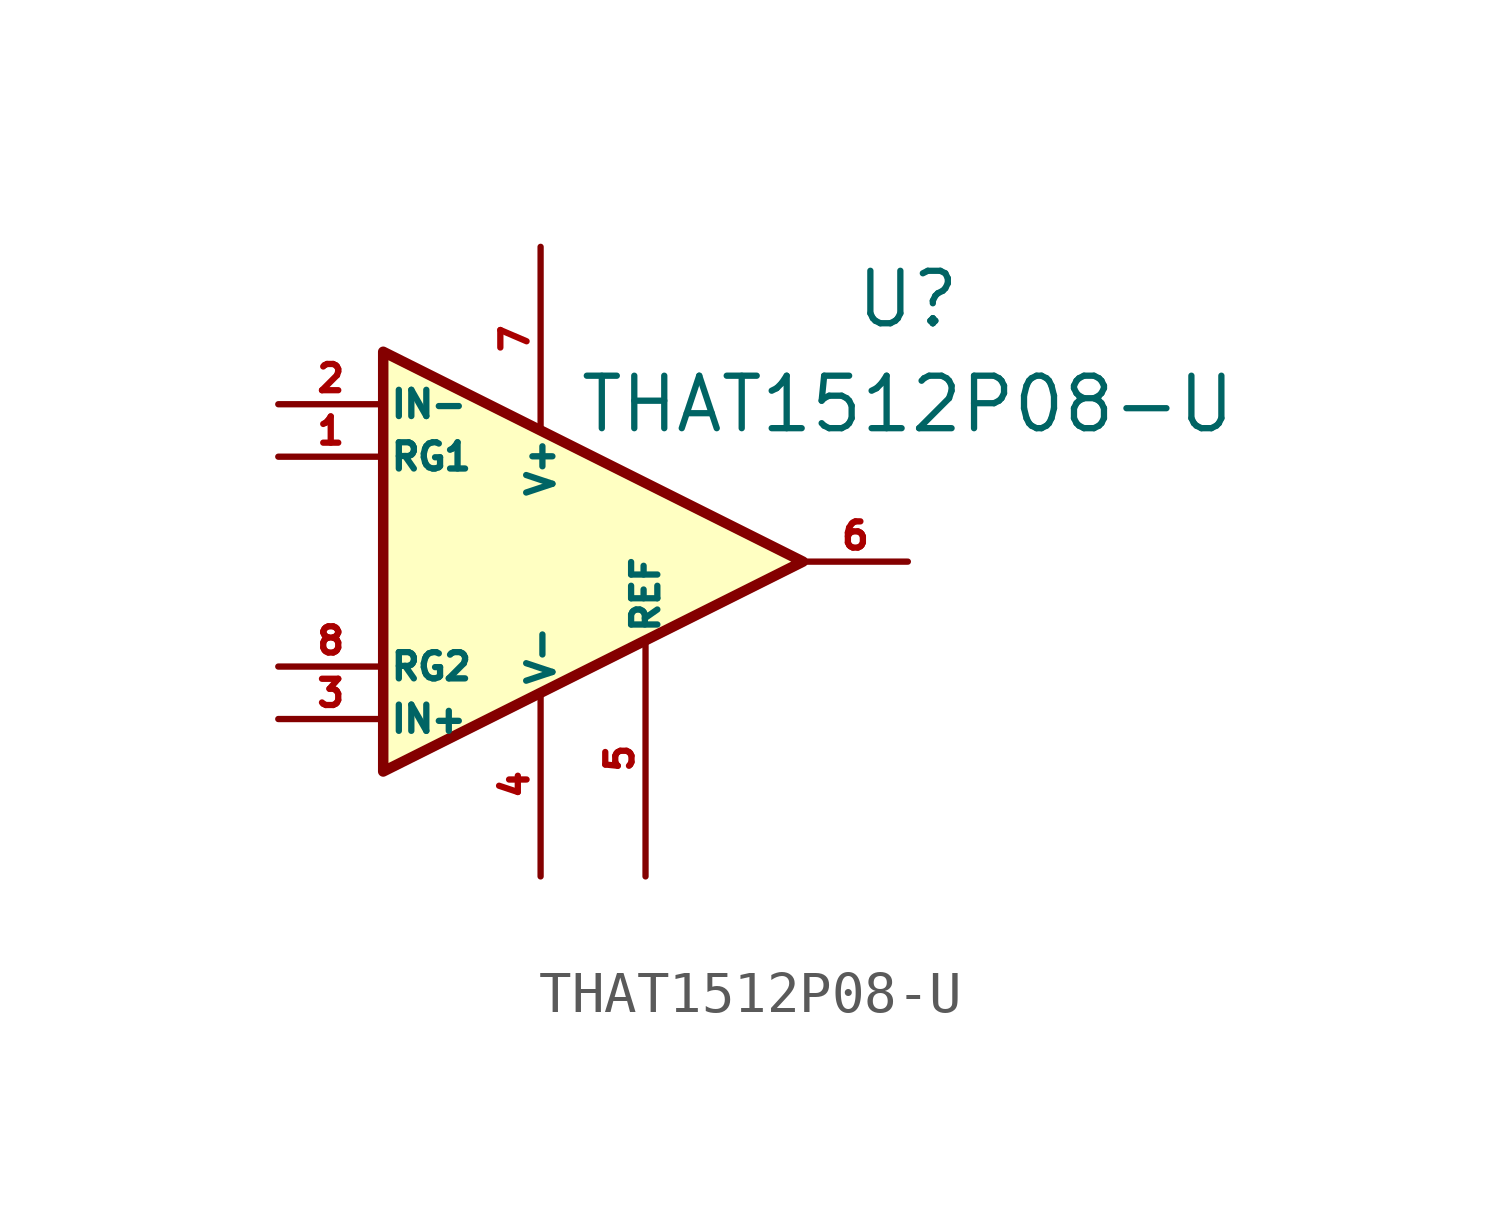
<source format=kicad_sym>
(kicad_symbol_lib
  (version 20211014)
  (generator kicad_symbol_editor)
  (symbol "THAT1512P08-U"
    (pin_names
      (offset 0.127))
    (property "Reference" "U"
      (at 7.62 6.35 0)
      (effects (font (size 1.27 1.27))))
    (property "Value" "THAT1512P08-U"
      (at 7.62 3.81 0)
      (effects (font (size 1.27 1.27))))
    (symbol "THAT1512P08-U_0_0"
      (pin power_in line (at -1.27 -7.62 90) (length 4.45) (name "V-" (effects (font (size 0.635 0.635)))) (number "4" (effects (font (size 0.635 0.635))))))
    (symbol "THAT1512P08-U_0_1"
      (polyline (pts (xy -5.08 5.08) (xy 5.08 0) (xy -5.08 -5.08) (xy -5.08 5.08)) (stroke (width 0.254) (type default) (color 0 0 0 0)) (fill (type background))))
    (symbol "THAT1512P08-U_1_1"
      (pin input line (at -7.62 2.54 0) (length 2.54) (name "RG1" (effects (font (size 0.635 0.635)))) (number "1" (effects (font (size 0.635 0.635)))))
      (pin input line (at -7.62 3.81 0) (length 2.54) (name "IN-" (effects (font (size 0.635 0.635)))) (number "2" (effects (font (size 0.635 0.635)))))
      (pin input line (at -7.62 -3.81 0) (length 2.54) (name "IN+" (effects (font (size 0.635 0.635)))) (number "3" (effects (font (size 0.635 0.635)))))
      (pin power_in line (at 1.27 -7.62 90) (length 5.72) (name "REF" (effects (font (size 0.635 0.635)))) (number "5" (effects (font (size 0.635 0.635)))))
      (pin output line (at 7.62 0 180) (length 2.54) (name "~" (effects (font (size 0.635 0.635)))) (number "6" (effects (font (size 0.635 0.635)))))
      (pin power_in line (at -1.27 7.62 270) (length 4.45) (name "V+" (effects (font (size 0.635 0.635)))) (number "7" (effects (font (size 0.635 0.635)))))
      (pin input line (at -7.62 -2.54 0) (length 2.54) (name "RG2" (effects (font (size 0.635 0.635)))) (number "8" (effects (font (size 0.635 0.635))))))))
</source>
